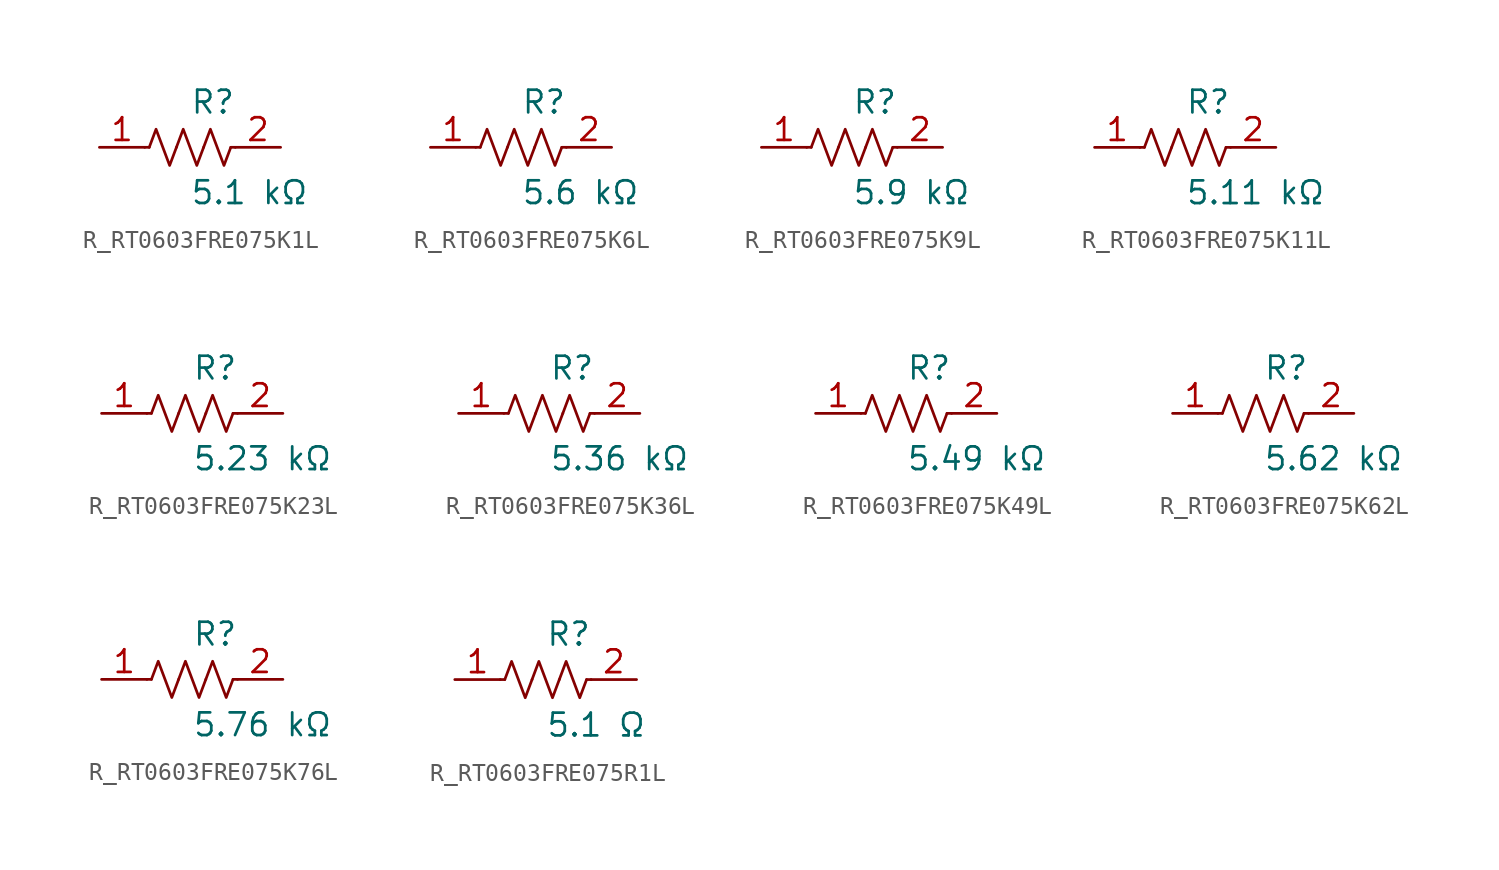
<source format=kicad_sym>
(kicad_symbol_lib
  (version 20231120)
  (generator kicad_symbol_editor)
  (generator_version 8.0)
  (symbol "R_RT0603FRE075K1L"
    (pin_names
      (offset 0.254))
    (property "Reference" "R"
      (at 0.0 2.54 0)
      (effects (font (size 1.27 1.27)) (justify left)))
    (property "Value" "5.1 kΩ"
      (at 0.0 -2.54 0)
      (effects (font (size 1.27 1.27)) (justify left)))
    (symbol "R_RT0603FRE075K1L_0_1"
      (polyline (pts (xy 2.286 0) (xy 2.54 0)) (stroke (width 0) (type default)) (fill (type none)))
      (polyline (pts (xy -2.286 0) (xy -2.54 0)) (stroke (width 0) (type default)) (fill (type none)))
      (polyline (pts (xy 0.762 0) (xy 1.143 1.016) (xy 1.524 0) (xy 1.905 -1.016) (xy 2.286 0)) (stroke (width 0) (type default)) (fill (type none)))
      (polyline (pts (xy -0.762 0) (xy -0.381 1.016) (xy 0 0) (xy 0.381 -1.016) (xy 0.762 0)) (stroke (width 0) (type default)) (fill (type none)))
      (polyline (pts (xy -2.286 0) (xy -1.905 1.016) (xy -1.524 0) (xy -1.143 -1.016) (xy -0.762 0)) (stroke (width 0) (type default)) (fill (type none))))
    (pin unspecified line
      (at -5.08 0 0)
      (length 2.54)
      (name "" (effects (font (size 1.27 1.27))))
      (number "1" (effects (font (size 1.27 1.27)))))
    (pin unspecified line
      (at 5.08 0 180)
      (length 2.54)
      (name "" (effects (font (size 1.27 1.27))))
      (number "2" (effects (font (size 1.27 1.27))))))
  (symbol "R_RT0603FRE075K6L"
    (pin_names
      (offset 0.254))
    (property "Reference" "R"
      (at 0.0 2.54 0)
      (effects (font (size 1.27 1.27)) (justify left)))
    (property "Value" "5.6 kΩ"
      (at 0.0 -2.54 0)
      (effects (font (size 1.27 1.27)) (justify left)))
    (symbol "R_RT0603FRE075K6L_0_1"
      (polyline (pts (xy 2.286 0) (xy 2.54 0)) (stroke (width 0) (type default)) (fill (type none)))
      (polyline (pts (xy -2.286 0) (xy -2.54 0)) (stroke (width 0) (type default)) (fill (type none)))
      (polyline (pts (xy 0.762 0) (xy 1.143 1.016) (xy 1.524 0) (xy 1.905 -1.016) (xy 2.286 0)) (stroke (width 0) (type default)) (fill (type none)))
      (polyline (pts (xy -0.762 0) (xy -0.381 1.016) (xy 0 0) (xy 0.381 -1.016) (xy 0.762 0)) (stroke (width 0) (type default)) (fill (type none)))
      (polyline (pts (xy -2.286 0) (xy -1.905 1.016) (xy -1.524 0) (xy -1.143 -1.016) (xy -0.762 0)) (stroke (width 0) (type default)) (fill (type none))))
    (pin unspecified line
      (at -5.08 0 0)
      (length 2.54)
      (name "" (effects (font (size 1.27 1.27))))
      (number "1" (effects (font (size 1.27 1.27)))))
    (pin unspecified line
      (at 5.08 0 180)
      (length 2.54)
      (name "" (effects (font (size 1.27 1.27))))
      (number "2" (effects (font (size 1.27 1.27))))))
  (symbol "R_RT0603FRE075K9L"
    (pin_names
      (offset 0.254))
    (property "Reference" "R"
      (at 0.0 2.54 0)
      (effects (font (size 1.27 1.27)) (justify left)))
    (property "Value" "5.9 kΩ"
      (at 0.0 -2.54 0)
      (effects (font (size 1.27 1.27)) (justify left)))
    (symbol "R_RT0603FRE075K9L_0_1"
      (polyline (pts (xy 2.286 0) (xy 2.54 0)) (stroke (width 0) (type default)) (fill (type none)))
      (polyline (pts (xy -2.286 0) (xy -2.54 0)) (stroke (width 0) (type default)) (fill (type none)))
      (polyline (pts (xy 0.762 0) (xy 1.143 1.016) (xy 1.524 0) (xy 1.905 -1.016) (xy 2.286 0)) (stroke (width 0) (type default)) (fill (type none)))
      (polyline (pts (xy -0.762 0) (xy -0.381 1.016) (xy 0 0) (xy 0.381 -1.016) (xy 0.762 0)) (stroke (width 0) (type default)) (fill (type none)))
      (polyline (pts (xy -2.286 0) (xy -1.905 1.016) (xy -1.524 0) (xy -1.143 -1.016) (xy -0.762 0)) (stroke (width 0) (type default)) (fill (type none))))
    (pin unspecified line
      (at -5.08 0 0)
      (length 2.54)
      (name "" (effects (font (size 1.27 1.27))))
      (number "1" (effects (font (size 1.27 1.27)))))
    (pin unspecified line
      (at 5.08 0 180)
      (length 2.54)
      (name "" (effects (font (size 1.27 1.27))))
      (number "2" (effects (font (size 1.27 1.27))))))
  (symbol "R_RT0603FRE075K11L"
    (pin_names
      (offset 0.254))
    (property "Reference" "R"
      (at 0.0 2.54 0)
      (effects (font (size 1.27 1.27)) (justify left)))
    (property "Value" "5.11 kΩ"
      (at 0.0 -2.54 0)
      (effects (font (size 1.27 1.27)) (justify left)))
    (symbol "R_RT0603FRE075K11L_0_1"
      (polyline (pts (xy 2.286 0) (xy 2.54 0)) (stroke (width 0) (type default)) (fill (type none)))
      (polyline (pts (xy -2.286 0) (xy -2.54 0)) (stroke (width 0) (type default)) (fill (type none)))
      (polyline (pts (xy 0.762 0) (xy 1.143 1.016) (xy 1.524 0) (xy 1.905 -1.016) (xy 2.286 0)) (stroke (width 0) (type default)) (fill (type none)))
      (polyline (pts (xy -0.762 0) (xy -0.381 1.016) (xy 0 0) (xy 0.381 -1.016) (xy 0.762 0)) (stroke (width 0) (type default)) (fill (type none)))
      (polyline (pts (xy -2.286 0) (xy -1.905 1.016) (xy -1.524 0) (xy -1.143 -1.016) (xy -0.762 0)) (stroke (width 0) (type default)) (fill (type none))))
    (pin unspecified line
      (at -5.08 0 0)
      (length 2.54)
      (name "" (effects (font (size 1.27 1.27))))
      (number "1" (effects (font (size 1.27 1.27)))))
    (pin unspecified line
      (at 5.08 0 180)
      (length 2.54)
      (name "" (effects (font (size 1.27 1.27))))
      (number "2" (effects (font (size 1.27 1.27))))))
  (symbol "R_RT0603FRE075K23L"
    (pin_names
      (offset 0.254))
    (property "Reference" "R"
      (at 0.0 2.54 0)
      (effects (font (size 1.27 1.27)) (justify left)))
    (property "Value" "5.23 kΩ"
      (at 0.0 -2.54 0)
      (effects (font (size 1.27 1.27)) (justify left)))
    (symbol "R_RT0603FRE075K23L_0_1"
      (polyline (pts (xy 2.286 0) (xy 2.54 0)) (stroke (width 0) (type default)) (fill (type none)))
      (polyline (pts (xy -2.286 0) (xy -2.54 0)) (stroke (width 0) (type default)) (fill (type none)))
      (polyline (pts (xy 0.762 0) (xy 1.143 1.016) (xy 1.524 0) (xy 1.905 -1.016) (xy 2.286 0)) (stroke (width 0) (type default)) (fill (type none)))
      (polyline (pts (xy -0.762 0) (xy -0.381 1.016) (xy 0 0) (xy 0.381 -1.016) (xy 0.762 0)) (stroke (width 0) (type default)) (fill (type none)))
      (polyline (pts (xy -2.286 0) (xy -1.905 1.016) (xy -1.524 0) (xy -1.143 -1.016) (xy -0.762 0)) (stroke (width 0) (type default)) (fill (type none))))
    (pin unspecified line
      (at -5.08 0 0)
      (length 2.54)
      (name "" (effects (font (size 1.27 1.27))))
      (number "1" (effects (font (size 1.27 1.27)))))
    (pin unspecified line
      (at 5.08 0 180)
      (length 2.54)
      (name "" (effects (font (size 1.27 1.27))))
      (number "2" (effects (font (size 1.27 1.27))))))
  (symbol "R_RT0603FRE075K36L"
    (pin_names
      (offset 0.254))
    (property "Reference" "R"
      (at 0.0 2.54 0)
      (effects (font (size 1.27 1.27)) (justify left)))
    (property "Value" "5.36 kΩ"
      (at 0.0 -2.54 0)
      (effects (font (size 1.27 1.27)) (justify left)))
    (symbol "R_RT0603FRE075K36L_0_1"
      (polyline (pts (xy 2.286 0) (xy 2.54 0)) (stroke (width 0) (type default)) (fill (type none)))
      (polyline (pts (xy -2.286 0) (xy -2.54 0)) (stroke (width 0) (type default)) (fill (type none)))
      (polyline (pts (xy 0.762 0) (xy 1.143 1.016) (xy 1.524 0) (xy 1.905 -1.016) (xy 2.286 0)) (stroke (width 0) (type default)) (fill (type none)))
      (polyline (pts (xy -0.762 0) (xy -0.381 1.016) (xy 0 0) (xy 0.381 -1.016) (xy 0.762 0)) (stroke (width 0) (type default)) (fill (type none)))
      (polyline (pts (xy -2.286 0) (xy -1.905 1.016) (xy -1.524 0) (xy -1.143 -1.016) (xy -0.762 0)) (stroke (width 0) (type default)) (fill (type none))))
    (pin unspecified line
      (at -5.08 0 0)
      (length 2.54)
      (name "" (effects (font (size 1.27 1.27))))
      (number "1" (effects (font (size 1.27 1.27)))))
    (pin unspecified line
      (at 5.08 0 180)
      (length 2.54)
      (name "" (effects (font (size 1.27 1.27))))
      (number "2" (effects (font (size 1.27 1.27))))))
  (symbol "R_RT0603FRE075K49L"
    (pin_names
      (offset 0.254))
    (property "Reference" "R"
      (at 0.0 2.54 0)
      (effects (font (size 1.27 1.27)) (justify left)))
    (property "Value" "5.49 kΩ"
      (at 0.0 -2.54 0)
      (effects (font (size 1.27 1.27)) (justify left)))
    (symbol "R_RT0603FRE075K49L_0_1"
      (polyline (pts (xy 2.286 0) (xy 2.54 0)) (stroke (width 0) (type default)) (fill (type none)))
      (polyline (pts (xy -2.286 0) (xy -2.54 0)) (stroke (width 0) (type default)) (fill (type none)))
      (polyline (pts (xy 0.762 0) (xy 1.143 1.016) (xy 1.524 0) (xy 1.905 -1.016) (xy 2.286 0)) (stroke (width 0) (type default)) (fill (type none)))
      (polyline (pts (xy -0.762 0) (xy -0.381 1.016) (xy 0 0) (xy 0.381 -1.016) (xy 0.762 0)) (stroke (width 0) (type default)) (fill (type none)))
      (polyline (pts (xy -2.286 0) (xy -1.905 1.016) (xy -1.524 0) (xy -1.143 -1.016) (xy -0.762 0)) (stroke (width 0) (type default)) (fill (type none))))
    (pin unspecified line
      (at -5.08 0 0)
      (length 2.54)
      (name "" (effects (font (size 1.27 1.27))))
      (number "1" (effects (font (size 1.27 1.27)))))
    (pin unspecified line
      (at 5.08 0 180)
      (length 2.54)
      (name "" (effects (font (size 1.27 1.27))))
      (number "2" (effects (font (size 1.27 1.27))))))
  (symbol "R_RT0603FRE075K62L"
    (pin_names
      (offset 0.254))
    (property "Reference" "R"
      (at 0.0 2.54 0)
      (effects (font (size 1.27 1.27)) (justify left)))
    (property "Value" "5.62 kΩ"
      (at 0.0 -2.54 0)
      (effects (font (size 1.27 1.27)) (justify left)))
    (symbol "R_RT0603FRE075K62L_0_1"
      (polyline (pts (xy 2.286 0) (xy 2.54 0)) (stroke (width 0) (type default)) (fill (type none)))
      (polyline (pts (xy -2.286 0) (xy -2.54 0)) (stroke (width 0) (type default)) (fill (type none)))
      (polyline (pts (xy 0.762 0) (xy 1.143 1.016) (xy 1.524 0) (xy 1.905 -1.016) (xy 2.286 0)) (stroke (width 0) (type default)) (fill (type none)))
      (polyline (pts (xy -0.762 0) (xy -0.381 1.016) (xy 0 0) (xy 0.381 -1.016) (xy 0.762 0)) (stroke (width 0) (type default)) (fill (type none)))
      (polyline (pts (xy -2.286 0) (xy -1.905 1.016) (xy -1.524 0) (xy -1.143 -1.016) (xy -0.762 0)) (stroke (width 0) (type default)) (fill (type none))))
    (pin unspecified line
      (at -5.08 0 0)
      (length 2.54)
      (name "" (effects (font (size 1.27 1.27))))
      (number "1" (effects (font (size 1.27 1.27)))))
    (pin unspecified line
      (at 5.08 0 180)
      (length 2.54)
      (name "" (effects (font (size 1.27 1.27))))
      (number "2" (effects (font (size 1.27 1.27))))))
  (symbol "R_RT0603FRE075K76L"
    (pin_names
      (offset 0.254))
    (property "Reference" "R"
      (at 0.0 2.54 0)
      (effects (font (size 1.27 1.27)) (justify left)))
    (property "Value" "5.76 kΩ"
      (at 0.0 -2.54 0)
      (effects (font (size 1.27 1.27)) (justify left)))
    (symbol "R_RT0603FRE075K76L_0_1"
      (polyline (pts (xy 2.286 0) (xy 2.54 0)) (stroke (width 0) (type default)) (fill (type none)))
      (polyline (pts (xy -2.286 0) (xy -2.54 0)) (stroke (width 0) (type default)) (fill (type none)))
      (polyline (pts (xy 0.762 0) (xy 1.143 1.016) (xy 1.524 0) (xy 1.905 -1.016) (xy 2.286 0)) (stroke (width 0) (type default)) (fill (type none)))
      (polyline (pts (xy -0.762 0) (xy -0.381 1.016) (xy 0 0) (xy 0.381 -1.016) (xy 0.762 0)) (stroke (width 0) (type default)) (fill (type none)))
      (polyline (pts (xy -2.286 0) (xy -1.905 1.016) (xy -1.524 0) (xy -1.143 -1.016) (xy -0.762 0)) (stroke (width 0) (type default)) (fill (type none))))
    (pin unspecified line
      (at -5.08 0 0)
      (length 2.54)
      (name "" (effects (font (size 1.27 1.27))))
      (number "1" (effects (font (size 1.27 1.27)))))
    (pin unspecified line
      (at 5.08 0 180)
      (length 2.54)
      (name "" (effects (font (size 1.27 1.27))))
      (number "2" (effects (font (size 1.27 1.27))))))
  (symbol "R_RT0603FRE075R1L"
    (pin_names
      (offset 0.254))
    (property "Reference" "R"
      (at 0.0 2.54 0)
      (effects (font (size 1.27 1.27)) (justify left)))
    (property "Value" "5.1 Ω"
      (at 0.0 -2.54 0)
      (effects (font (size 1.27 1.27)) (justify left)))
    (symbol "R_RT0603FRE075R1L_0_1"
      (polyline (pts (xy 2.286 0) (xy 2.54 0)) (stroke (width 0) (type default)) (fill (type none)))
      (polyline (pts (xy -2.286 0) (xy -2.54 0)) (stroke (width 0) (type default)) (fill (type none)))
      (polyline (pts (xy 0.762 0) (xy 1.143 1.016) (xy 1.524 0) (xy 1.905 -1.016) (xy 2.286 0)) (stroke (width 0) (type default)) (fill (type none)))
      (polyline (pts (xy -0.762 0) (xy -0.381 1.016) (xy 0 0) (xy 0.381 -1.016) (xy 0.762 0)) (stroke (width 0) (type default)) (fill (type none)))
      (polyline (pts (xy -2.286 0) (xy -1.905 1.016) (xy -1.524 0) (xy -1.143 -1.016) (xy -0.762 0)) (stroke (width 0) (type default)) (fill (type none))))
    (pin unspecified line
      (at -5.08 0 0)
      (length 2.54)
      (name "" (effects (font (size 1.27 1.27))))
      (number "1" (effects (font (size 1.27 1.27)))))
    (pin unspecified line
      (at 5.08 0 180)
      (length 2.54)
      (name "" (effects (font (size 1.27 1.27))))
      (number "2" (effects (font (size 1.27 1.27)))))))
</source>
